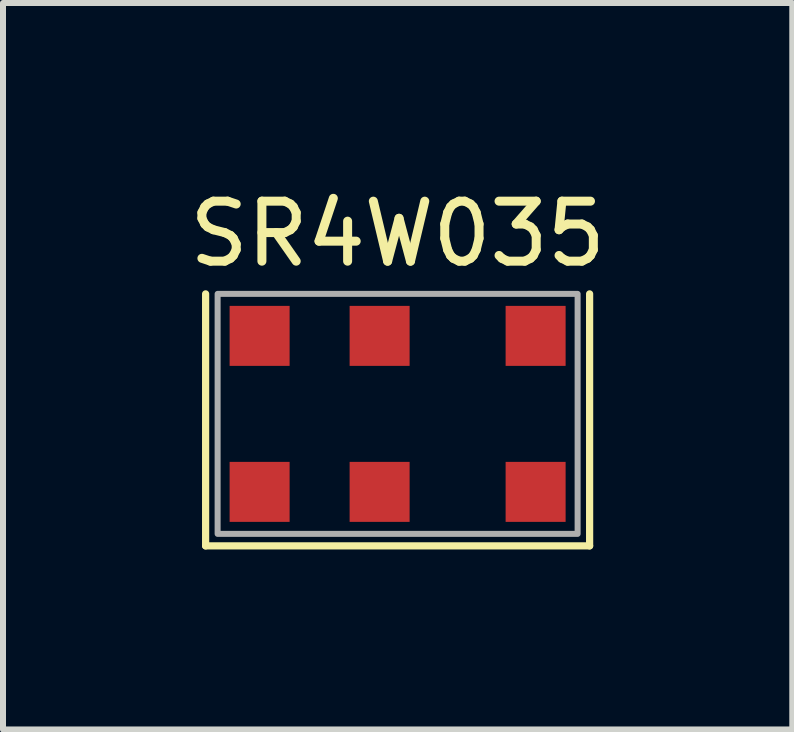
<source format=kicad_pcb>
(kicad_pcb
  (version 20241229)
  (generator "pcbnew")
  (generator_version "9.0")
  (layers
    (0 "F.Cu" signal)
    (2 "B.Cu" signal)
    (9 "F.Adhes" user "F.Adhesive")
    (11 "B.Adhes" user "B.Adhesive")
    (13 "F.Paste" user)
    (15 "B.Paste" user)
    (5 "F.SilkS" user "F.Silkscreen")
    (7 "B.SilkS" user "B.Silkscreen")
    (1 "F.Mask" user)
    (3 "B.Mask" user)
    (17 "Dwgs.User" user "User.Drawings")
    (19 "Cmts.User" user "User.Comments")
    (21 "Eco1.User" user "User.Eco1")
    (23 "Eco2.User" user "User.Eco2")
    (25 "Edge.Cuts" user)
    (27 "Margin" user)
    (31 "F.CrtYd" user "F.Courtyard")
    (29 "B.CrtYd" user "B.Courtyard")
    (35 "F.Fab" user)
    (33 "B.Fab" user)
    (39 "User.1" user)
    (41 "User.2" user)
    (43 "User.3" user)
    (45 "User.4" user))
  (footprint "SR4W035"
    (layer "F.Cu")
    (at 3.577 3.848)
    (property "Reference" "SR4W035" (at 0 -3 0) (unlocked yes) (layer "F.SilkS") (effects (font (size 1 1) (thickness 0.15))))
    (attr smd)
    (fp_line (start -3.2 -2) (end -3.2 2.2) (stroke (width 0.12) (type solid)) (layer "F.SilkS"))
    (fp_line (start -3.2 2.2) (end 3.2 2.2) (stroke (width 0.12) (type solid)) (layer "F.SilkS"))
    (fp_line (start 3.2 2.2) (end 3.2 -2) (stroke (width 0.12) (type solid)) (layer "F.SilkS"))
    (fp_rect (start -3 -2) (end 3 2) (stroke (width 0.1) (type solid)) (fill no) (layer "F.Fab"))
    (pad "" smd rect (at -2.3 1.3) (size 1 1) (layers "F.Cu" "F.Mask" "F.Paste"))
    (pad "" smd rect (at -0.3 -1.3) (size 1 1) (layers "F.Cu" "F.Mask" "F.Paste"))
    (pad "1" smd rect (at -0.3 1.3) (size 1 1) (layers "F.Cu" "F.Mask" "F.Paste"))
    (pad "2" smd rect (at -2.3 -1.3) (size 1 1) (layers "F.Cu" "F.Mask" "F.Paste"))
    (pad "2" smd rect (at 2.3 -1.3) (size 1 1) (layers "F.Cu" "F.Mask" "F.Paste"))
    (pad "2" smd rect (at 2.3 1.3) (size 1 1) (layers "F.Cu" "F.Mask" "F.Paste")))
  (gr_rect
    (start -3 -3)
    (end 10.155 9.108)
    (stroke (width 0.1) (type default))
    (fill no)
    (layer "Edge.Cuts")))
</source>
